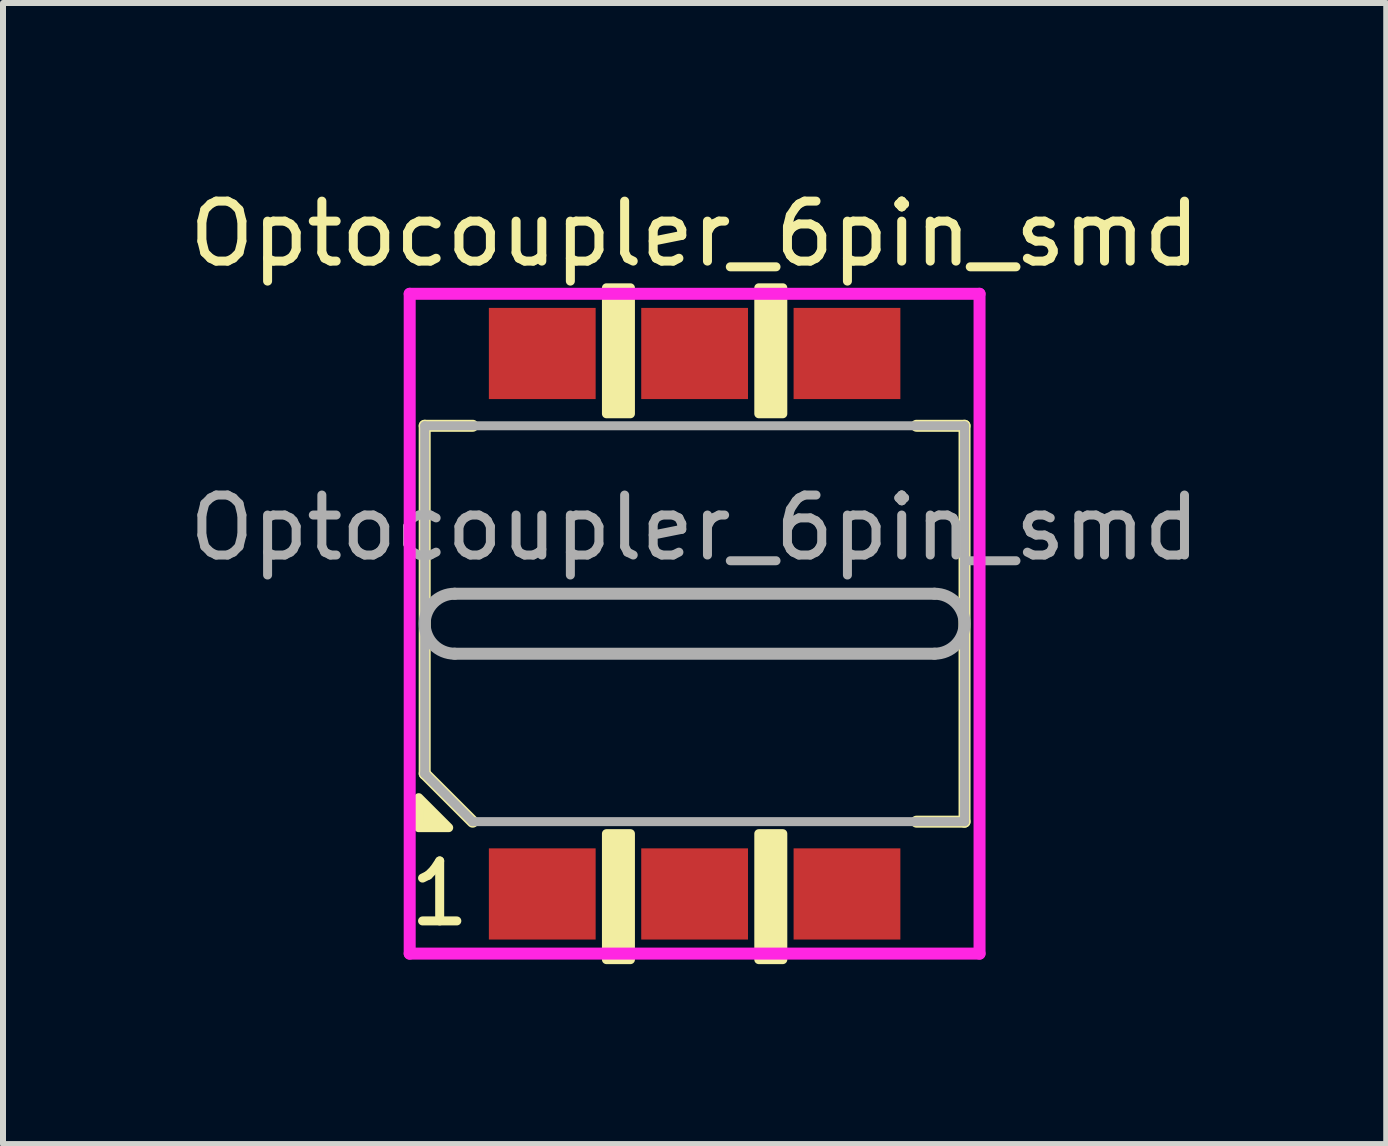
<source format=kicad_pcb>
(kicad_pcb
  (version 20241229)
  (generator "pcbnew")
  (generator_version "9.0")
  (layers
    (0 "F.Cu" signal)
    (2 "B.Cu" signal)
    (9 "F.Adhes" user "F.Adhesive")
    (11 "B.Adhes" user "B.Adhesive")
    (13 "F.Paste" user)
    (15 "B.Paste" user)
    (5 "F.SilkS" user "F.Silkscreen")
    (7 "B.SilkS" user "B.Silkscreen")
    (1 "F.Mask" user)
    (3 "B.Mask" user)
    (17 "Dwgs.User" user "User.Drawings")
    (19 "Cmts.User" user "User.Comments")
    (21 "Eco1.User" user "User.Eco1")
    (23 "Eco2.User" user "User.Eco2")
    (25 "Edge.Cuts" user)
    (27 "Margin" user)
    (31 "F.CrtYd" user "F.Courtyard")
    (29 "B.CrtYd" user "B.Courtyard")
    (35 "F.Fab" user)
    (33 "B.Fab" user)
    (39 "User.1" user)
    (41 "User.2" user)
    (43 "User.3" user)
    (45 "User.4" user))
  (footprint "Optocoupler_6pin_smd"
    (layer "F.Cu")
    (at 8.53 7.348)
    (property "Reference" "Optocoupler_6pin_smd" (at 0 -6.5 0) (layer "F.SilkS") (effects (font (size 1 1) (thickness 0.15))))
    (attr through_hole)
    (fp_line (start -4.5 -3.3) (end -3.7 -3.3) (stroke (width 0.2) (type solid)) (layer "F.SilkS"))
    (fp_line (start -4.5 2.5) (end -4.5 -3.3) (stroke (width 0.2) (type solid)) (layer "F.SilkS"))
    (fp_line (start -3.7 3.3) (end -4.5 2.5) (stroke (width 0.2) (type solid)) (layer "F.SilkS"))
    (fp_line (start 3.7 3.3) (end 4.5 3.3) (stroke (width 0.2) (type solid)) (layer "F.SilkS"))
    (fp_line (start 4.5 -3.3) (end 3.7 -3.3) (stroke (width 0.2) (type solid)) (layer "F.SilkS"))
    (fp_line (start 4.5 3.3) (end 4.5 -3.3) (stroke (width 0.2) (type solid)) (layer "F.SilkS"))
    (fp_poly (pts (xy -4.6 2.9) (xy -4.1 3.4) (xy -4.6 3.4)) (stroke (width 0.15) (type solid)) (fill yes) (layer "F.SilkS"))
    (fp_poly (pts (xy -1.47 -5.6) (xy -1.07 -5.6) (xy -1.07 -3.5) (xy -1.47 -3.5)) (stroke (width 0.15) (type solid)) (fill yes) (layer "F.SilkS"))
    (fp_poly (pts (xy -1.47 3.5) (xy -1.07 3.5) (xy -1.07 5.6) (xy -1.47 5.6)) (stroke (width 0.15) (type solid)) (fill yes) (layer "F.SilkS"))
    (fp_poly (pts (xy 1.07 -5.6) (xy 1.47 -5.6) (xy 1.47 -3.5) (xy 1.07 -3.5)) (stroke (width 0.15) (type solid)) (fill yes) (layer "F.SilkS"))
    (fp_poly (pts (xy 1.07 3.5) (xy 1.47 3.5) (xy 1.47 5.6) (xy 1.07 5.6)) (stroke (width 0.15) (type solid)) (fill yes) (layer "F.SilkS"))
    (fp_line (start -4.75 -5.5) (end 4.75 -5.5) (stroke (width 0.2) (type solid)) (layer "F.CrtYd"))
    (fp_line (start -4.75 5.5) (end -4.75 -5.5) (stroke (width 0.2) (type solid)) (layer "F.CrtYd"))
    (fp_line (start 4.75 -5.5) (end 4.75 5.5) (stroke (width 0.2) (type solid)) (layer "F.CrtYd"))
    (fp_line (start 4.75 5.5) (end -4.75 5.5) (stroke (width 0.2) (type solid)) (layer "F.CrtYd"))
    (fp_line (start -4.5 -3.3) (end -4.5 2.5) (stroke (width 0.15) (type solid)) (layer "F.Fab"))
    (fp_line (start -4.5 2.5) (end -3.7 3.3) (stroke (width 0.15) (type solid)) (layer "F.Fab"))
    (fp_line (start -3.7 3.3) (end 4.5 3.3) (stroke (width 0.15) (type solid)) (layer "F.Fab"))
    (fp_line (start 4 -0.5) (end -4 -0.5) (stroke (width 0.2) (type solid)) (layer "F.Fab"))
    (fp_line (start 4 0.5) (end -4 0.5) (stroke (width 0.2) (type solid)) (layer "F.Fab"))
    (fp_line (start 4.5 -3.3) (end -4.5 -3.3) (stroke (width 0.15) (type solid)) (layer "F.Fab"))
    (fp_line (start 4.5 3.3) (end 4.5 -3.3) (stroke (width 0.15) (type solid)) (layer "F.Fab"))
    (fp_arc (start -4 0.5) (mid -4.5 0) (end -4 -0.5) (stroke (width 0.2) (type solid)) (layer "F.Fab"))
    (fp_arc (start 4 -0.5) (mid 4.5 0) (end 4 0.5) (stroke (width 0.2) (type solid)) (layer "F.Fab"))
    (fp_text user "1" (at -4.25 4.5 0) (layer "F.SilkS") (effects (font (size 1 1) (thickness 0.15))))
    (fp_text user "${REFERENCE}" (at 0 -1.6 0) (layer "F.Fab") (effects (font (size 1 1) (thickness 0.15))))
    (pad "1" smd rect (at -2.54 4.505) (size 1.78 1.52) (layers "F.Cu" "F.Mask" "F.Paste"))
    (pad "2" smd rect (at 0 4.505) (size 1.78 1.52) (layers "F.Cu" "F.Mask" "F.Paste"))
    (pad "3" smd rect (at 2.54 4.505) (size 1.78 1.52) (layers "F.Cu" "F.Mask" "F.Paste"))
    (pad "4" smd rect (at 2.54 -4.505) (size 1.78 1.52) (layers "F.Cu" "F.Mask" "F.Paste"))
    (pad "5" smd rect (at 0 -4.505) (size 1.78 1.52) (layers "F.Cu" "F.Mask" "F.Paste"))
    (pad "6" smd rect (at -2.54 -4.505) (size 1.78 1.52) (layers "F.Cu" "F.Mask" "F.Paste")))
  (gr_rect
    (start -3 -3)
    (end 20.06 16.023)
    (stroke (width 0.1) (type default))
    (fill no)
    (layer "Edge.Cuts")))
</source>
